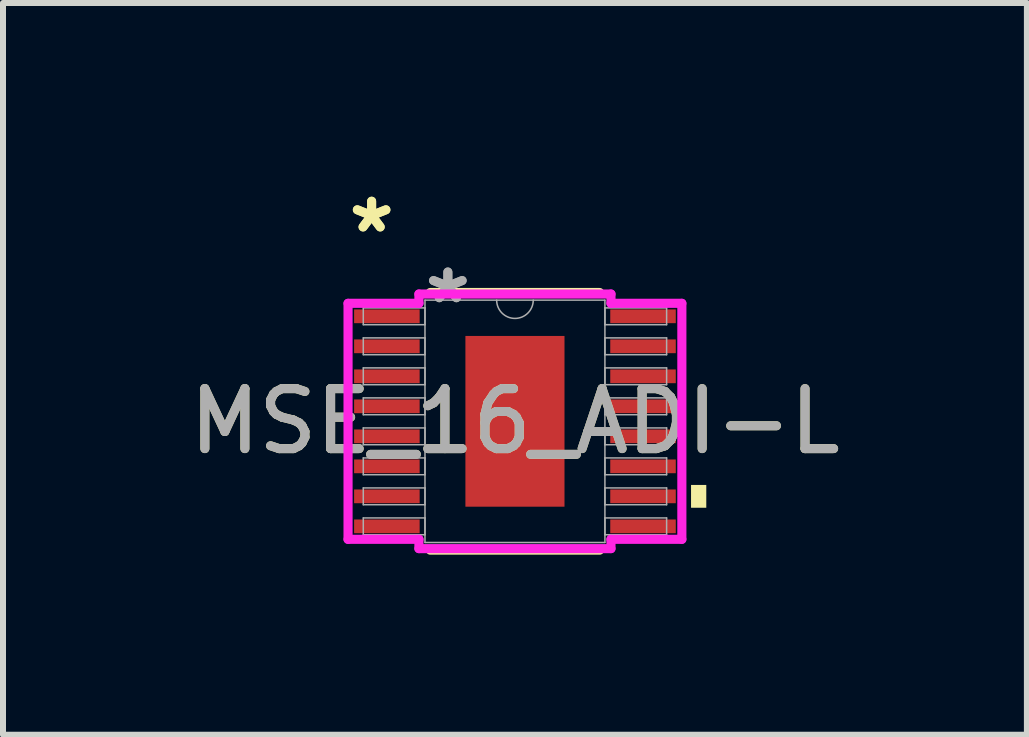
<source format=kicad_pcb>
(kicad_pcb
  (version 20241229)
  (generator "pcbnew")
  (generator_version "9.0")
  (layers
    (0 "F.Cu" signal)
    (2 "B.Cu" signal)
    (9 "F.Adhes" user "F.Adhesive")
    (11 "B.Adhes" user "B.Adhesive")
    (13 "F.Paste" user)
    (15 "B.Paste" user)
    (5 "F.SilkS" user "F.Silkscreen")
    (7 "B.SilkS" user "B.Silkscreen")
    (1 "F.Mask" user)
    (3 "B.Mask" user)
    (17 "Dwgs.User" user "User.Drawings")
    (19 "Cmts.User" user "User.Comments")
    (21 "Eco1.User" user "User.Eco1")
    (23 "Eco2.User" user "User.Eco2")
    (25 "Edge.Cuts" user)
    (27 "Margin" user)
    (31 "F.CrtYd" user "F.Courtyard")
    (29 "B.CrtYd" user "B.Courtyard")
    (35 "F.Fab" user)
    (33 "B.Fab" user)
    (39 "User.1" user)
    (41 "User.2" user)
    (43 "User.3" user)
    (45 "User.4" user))
  (footprint "MSE_16_ADI-L"
    (layer "F.Cu")
    (at 5.53 3.97)
    (property "Reference" "MSE_16_ADI-L" (at 0 0 0) (unlocked yes) (layer "F.SilkS") (effects (font (size 1 1) (thickness 0.15))))
    (attr smd)
    (fp_line (start -1.411 2.146) (end 1.411 2.146) (stroke (width 0.152) (type solid)) (layer "F.SilkS"))
    (fp_line (start 1.411 -2.146) (end -1.411 -2.146) (stroke (width 0.152) (type solid)) (layer "F.SilkS"))
    (fp_poly (pts (xy 3.188 1.06) (xy 3.188 1.44) (xy 2.934 1.44) (xy 2.934 1.06)) (stroke (width 0) (type solid)) (fill yes) (layer "F.SilkS"))
    (fp_poly (pts (xy -0.726 -1.322) (xy -0.726 -0.1) (xy 0.726 -0.1) (xy 0.726 -1.322)) (stroke (width 0) (type solid)) (fill yes) (layer "F.Paste"))
    (fp_poly (pts (xy -0.726 0.1) (xy -0.726 1.322) (xy 0.726 1.322) (xy 0.726 0.1)) (stroke (width 0) (type solid)) (fill yes) (layer "F.Paste"))
    (fp_line (start -2.781 -1.966) (end -1.6 -1.966) (stroke (width 0.152) (type solid)) (layer "F.CrtYd"))
    (fp_line (start -2.781 1.966) (end -2.781 -1.966) (stroke (width 0.152) (type solid)) (layer "F.CrtYd"))
    (fp_line (start -2.781 1.966) (end -1.6 1.966) (stroke (width 0.152) (type solid)) (layer "F.CrtYd"))
    (fp_line (start -1.6 -2.121) (end 1.6 -2.121) (stroke (width 0.152) (type solid)) (layer "F.CrtYd"))
    (fp_line (start -1.6 -1.966) (end -1.6 -2.121) (stroke (width 0.152) (type solid)) (layer "F.CrtYd"))
    (fp_line (start -1.6 2.121) (end -1.6 1.966) (stroke (width 0.152) (type solid)) (layer "F.CrtYd"))
    (fp_line (start 1.6 -2.121) (end 1.6 -1.966) (stroke (width 0.152) (type solid)) (layer "F.CrtYd"))
    (fp_line (start 1.6 1.966) (end 1.6 2.121) (stroke (width 0.152) (type solid)) (layer "F.CrtYd"))
    (fp_line (start 1.6 2.121) (end -1.6 2.121) (stroke (width 0.152) (type solid)) (layer "F.CrtYd"))
    (fp_line (start 2.781 -1.966) (end 1.6 -1.966) (stroke (width 0.152) (type solid)) (layer "F.CrtYd"))
    (fp_line (start 2.781 -1.966) (end 2.781 1.966) (stroke (width 0.152) (type solid)) (layer "F.CrtYd"))
    (fp_line (start 2.781 1.966) (end 1.6 1.966) (stroke (width 0.152) (type solid)) (layer "F.CrtYd"))
    (fp_line (start -2.527 -1.89) (end -2.527 -1.61) (stroke (width 0.025) (type solid)) (layer "F.Fab"))
    (fp_line (start -2.527 -1.61) (end -1.499 -1.61) (stroke (width 0.025) (type solid)) (layer "F.Fab"))
    (fp_line (start -2.527 -1.39) (end -2.527 -1.11) (stroke (width 0.025) (type solid)) (layer "F.Fab"))
    (fp_line (start -2.527 -1.11) (end -1.499 -1.11) (stroke (width 0.025) (type solid)) (layer "F.Fab"))
    (fp_line (start -2.527 -0.89) (end -2.527 -0.61) (stroke (width 0.025) (type solid)) (layer "F.Fab"))
    (fp_line (start -2.527 -0.61) (end -1.499 -0.61) (stroke (width 0.025) (type solid)) (layer "F.Fab"))
    (fp_line (start -2.527 -0.39) (end -2.527 -0.11) (stroke (width 0.025) (type solid)) (layer "F.Fab"))
    (fp_line (start -2.527 -0.11) (end -1.499 -0.11) (stroke (width 0.025) (type solid)) (layer "F.Fab"))
    (fp_line (start -2.527 0.11) (end -2.527 0.39) (stroke (width 0.025) (type solid)) (layer "F.Fab"))
    (fp_line (start -2.527 0.39) (end -1.499 0.39) (stroke (width 0.025) (type solid)) (layer "F.Fab"))
    (fp_line (start -2.527 0.61) (end -2.527 0.89) (stroke (width 0.025) (type solid)) (layer "F.Fab"))
    (fp_line (start -2.527 0.89) (end -1.499 0.89) (stroke (width 0.025) (type solid)) (layer "F.Fab"))
    (fp_line (start -2.527 1.11) (end -2.527 1.39) (stroke (width 0.025) (type solid)) (layer "F.Fab"))
    (fp_line (start -2.527 1.39) (end -1.499 1.39) (stroke (width 0.025) (type solid)) (layer "F.Fab"))
    (fp_line (start -2.527 1.61) (end -2.527 1.89) (stroke (width 0.025) (type solid)) (layer "F.Fab"))
    (fp_line (start -2.527 1.89) (end -1.499 1.89) (stroke (width 0.025) (type solid)) (layer "F.Fab"))
    (fp_line (start -1.499 -2.019) (end -1.499 2.019) (stroke (width 0.025) (type solid)) (layer "F.Fab"))
    (fp_line (start -1.499 -1.89) (end -2.527 -1.89) (stroke (width 0.025) (type solid)) (layer "F.Fab"))
    (fp_line (start -1.499 -1.61) (end -1.499 -1.89) (stroke (width 0.025) (type solid)) (layer "F.Fab"))
    (fp_line (start -1.499 -1.39) (end -2.527 -1.39) (stroke (width 0.025) (type solid)) (layer "F.Fab"))
    (fp_line (start -1.499 -1.11) (end -1.499 -1.39) (stroke (width 0.025) (type solid)) (layer "F.Fab"))
    (fp_line (start -1.499 -0.89) (end -2.527 -0.89) (stroke (width 0.025) (type solid)) (layer "F.Fab"))
    (fp_line (start -1.499 -0.61) (end -1.499 -0.89) (stroke (width 0.025) (type solid)) (layer "F.Fab"))
    (fp_line (start -1.499 -0.39) (end -2.527 -0.39) (stroke (width 0.025) (type solid)) (layer "F.Fab"))
    (fp_line (start -1.499 -0.11) (end -1.499 -0.39) (stroke (width 0.025) (type solid)) (layer "F.Fab"))
    (fp_line (start -1.499 0.11) (end -2.527 0.11) (stroke (width 0.025) (type solid)) (layer "F.Fab"))
    (fp_line (start -1.499 0.39) (end -1.499 0.11) (stroke (width 0.025) (type solid)) (layer "F.Fab"))
    (fp_line (start -1.499 0.61) (end -2.527 0.61) (stroke (width 0.025) (type solid)) (layer "F.Fab"))
    (fp_line (start -1.499 0.89) (end -1.499 0.61) (stroke (width 0.025) (type solid)) (layer "F.Fab"))
    (fp_line (start -1.499 1.11) (end -2.527 1.11) (stroke (width 0.025) (type solid)) (layer "F.Fab"))
    (fp_line (start -1.499 1.39) (end -1.499 1.11) (stroke (width 0.025) (type solid)) (layer "F.Fab"))
    (fp_line (start -1.499 1.61) (end -2.527 1.61) (stroke (width 0.025) (type solid)) (layer "F.Fab"))
    (fp_line (start -1.499 1.89) (end -1.499 1.61) (stroke (width 0.025) (type solid)) (layer "F.Fab"))
    (fp_line (start -1.499 2.019) (end 1.499 2.019) (stroke (width 0.025) (type solid)) (layer "F.Fab"))
    (fp_line (start 1.499 -2.019) (end -1.499 -2.019) (stroke (width 0.025) (type solid)) (layer "F.Fab"))
    (fp_line (start 1.499 -1.89) (end 1.499 -1.61) (stroke (width 0.025) (type solid)) (layer "F.Fab"))
    (fp_line (start 1.499 -1.61) (end 2.527 -1.61) (stroke (width 0.025) (type solid)) (layer "F.Fab"))
    (fp_line (start 1.499 -1.39) (end 1.499 -1.11) (stroke (width 0.025) (type solid)) (layer "F.Fab"))
    (fp_line (start 1.499 -1.11) (end 2.527 -1.11) (stroke (width 0.025) (type solid)) (layer "F.Fab"))
    (fp_line (start 1.499 -0.89) (end 1.499 -0.61) (stroke (width 0.025) (type solid)) (layer "F.Fab"))
    (fp_line (start 1.499 -0.61) (end 2.527 -0.61) (stroke (width 0.025) (type solid)) (layer "F.Fab"))
    (fp_line (start 1.499 -0.39) (end 1.499 -0.11) (stroke (width 0.025) (type solid)) (layer "F.Fab"))
    (fp_line (start 1.499 -0.11) (end 2.527 -0.11) (stroke (width 0.025) (type solid)) (layer "F.Fab"))
    (fp_line (start 1.499 0.11) (end 1.499 0.39) (stroke (width 0.025) (type solid)) (layer "F.Fab"))
    (fp_line (start 1.499 0.39) (end 2.527 0.39) (stroke (width 0.025) (type solid)) (layer "F.Fab"))
    (fp_line (start 1.499 0.61) (end 1.499 0.89) (stroke (width 0.025) (type solid)) (layer "F.Fab"))
    (fp_line (start 1.499 0.89) (end 2.527 0.89) (stroke (width 0.025) (type solid)) (layer "F.Fab"))
    (fp_line (start 1.499 1.11) (end 1.499 1.39) (stroke (width 0.025) (type solid)) (layer "F.Fab"))
    (fp_line (start 1.499 1.39) (end 2.527 1.39) (stroke (width 0.025) (type solid)) (layer "F.Fab"))
    (fp_line (start 1.499 1.61) (end 1.499 1.89) (stroke (width 0.025) (type solid)) (layer "F.Fab"))
    (fp_line (start 1.499 1.89) (end 2.527 1.89) (stroke (width 0.025) (type solid)) (layer "F.Fab"))
    (fp_line (start 1.499 2.019) (end 1.499 -2.019) (stroke (width 0.025) (type solid)) (layer "F.Fab"))
    (fp_line (start 2.527 -1.89) (end 1.499 -1.89) (stroke (width 0.025) (type solid)) (layer "F.Fab"))
    (fp_line (start 2.527 -1.61) (end 2.527 -1.89) (stroke (width 0.025) (type solid)) (layer "F.Fab"))
    (fp_line (start 2.527 -1.39) (end 1.499 -1.39) (stroke (width 0.025) (type solid)) (layer "F.Fab"))
    (fp_line (start 2.527 -1.11) (end 2.527 -1.39) (stroke (width 0.025) (type solid)) (layer "F.Fab"))
    (fp_line (start 2.527 -0.89) (end 1.499 -0.89) (stroke (width 0.025) (type solid)) (layer "F.Fab"))
    (fp_line (start 2.527 -0.61) (end 2.527 -0.89) (stroke (width 0.025) (type solid)) (layer "F.Fab"))
    (fp_line (start 2.527 -0.39) (end 1.499 -0.39) (stroke (width 0.025) (type solid)) (layer "F.Fab"))
    (fp_line (start 2.527 -0.11) (end 2.527 -0.39) (stroke (width 0.025) (type solid)) (layer "F.Fab"))
    (fp_line (start 2.527 0.11) (end 1.499 0.11) (stroke (width 0.025) (type solid)) (layer "F.Fab"))
    (fp_line (start 2.527 0.39) (end 2.527 0.11) (stroke (width 0.025) (type solid)) (layer "F.Fab"))
    (fp_line (start 2.527 0.61) (end 1.499 0.61) (stroke (width 0.025) (type solid)) (layer "F.Fab"))
    (fp_line (start 2.527 0.89) (end 2.527 0.61) (stroke (width 0.025) (type solid)) (layer "F.Fab"))
    (fp_line (start 2.527 1.11) (end 1.499 1.11) (stroke (width 0.025) (type solid)) (layer "F.Fab"))
    (fp_line (start 2.527 1.39) (end 2.527 1.11) (stroke (width 0.025) (type solid)) (layer "F.Fab"))
    (fp_line (start 2.527 1.61) (end 1.499 1.61) (stroke (width 0.025) (type solid)) (layer "F.Fab"))
    (fp_line (start 2.527 1.89) (end 2.527 1.61) (stroke (width 0.025) (type solid)) (layer "F.Fab"))
    (fp_arc (start 0.3048 -2.0193) (mid 0 -1.7145) (end -0.3048 -2.0193) (stroke (width 0.0254) (type solid)) (layer "F.Fab"))
    (fp_text user "*" (at -2.388 -3.122 0) (layer "F.SilkS") (effects (font (size 1 1) (thickness 0.15))))
    (fp_text user "*" (at -2.388 -3.122 0) (unlocked yes) (layer "F.SilkS") (effects (font (size 1 1) (thickness 0.15))))
    (fp_text user "${REFERENCE}" (at 0 0 0) (unlocked yes) (layer "F.Fab") (effects (font (size 1 1) (thickness 0.15))))
    (fp_text user "*" (at -1.118 -1.943 0) (layer "F.Fab") (effects (font (size 1 1) (thickness 0.15))))
    (fp_text user "*" (at -1.118 -1.943 0) (unlocked yes) (layer "F.Fab") (effects (font (size 1 1) (thickness 0.15))))
    (pad "1" smd rect (at -2.134 -1.75) (size 1.092 0.229) (layers "F.Cu" "F.Mask" "F.Paste"))
    (pad "2" smd rect (at -2.134 -1.25) (size 1.092 0.229) (layers "F.Cu" "F.Mask" "F.Paste"))
    (pad "3" smd rect (at -2.134 -0.75) (size 1.092 0.229) (layers "F.Cu" "F.Mask" "F.Paste"))
    (pad "4" smd rect (at -2.134 -0.25) (size 1.092 0.229) (layers "F.Cu" "F.Mask" "F.Paste"))
    (pad "5" smd rect (at -2.134 0.25) (size 1.092 0.229) (layers "F.Cu" "F.Mask" "F.Paste"))
    (pad "6" smd rect (at -2.134 0.75) (size 1.092 0.229) (layers "F.Cu" "F.Mask" "F.Paste"))
    (pad "7" smd rect (at -2.134 1.25) (size 1.092 0.229) (layers "F.Cu" "F.Mask" "F.Paste"))
    (pad "8" smd rect (at -2.134 1.75) (size 1.092 0.229) (layers "F.Cu" "F.Mask" "F.Paste"))
    (pad "9" smd rect (at 2.134 1.75) (size 1.092 0.229) (layers "F.Cu" "F.Mask" "F.Paste"))
    (pad "10" smd rect (at 2.134 1.25) (size 1.092 0.229) (layers "F.Cu" "F.Mask" "F.Paste"))
    (pad "11" smd rect (at 2.134 0.75) (size 1.092 0.229) (layers "F.Cu" "F.Mask" "F.Paste"))
    (pad "12" smd rect (at 2.134 0.25) (size 1.092 0.229) (layers "F.Cu" "F.Mask" "F.Paste"))
    (pad "13" smd rect (at 2.134 -0.25) (size 1.092 0.229) (layers "F.Cu" "F.Mask" "F.Paste"))
    (pad "14" smd rect (at 2.134 -0.75) (size 1.092 0.229) (layers "F.Cu" "F.Mask" "F.Paste"))
    (pad "15" smd rect (at 2.134 -1.25) (size 1.092 0.229) (layers "F.Cu" "F.Mask" "F.Paste"))
    (pad "16" smd rect (at 2.134 -1.75) (size 1.092 0.229) (layers "F.Cu" "F.Mask" "F.Paste"))
    (pad "EPAD" smd rect (at 0 0) (size 1.651 2.845) (layers "F.Cu" "F.Mask")))
  (gr_rect
    (start -3 -3)
    (end 14.06 9.192)
    (stroke (width 0.1) (type default))
    (fill no)
    (layer "Edge.Cuts")))
</source>
